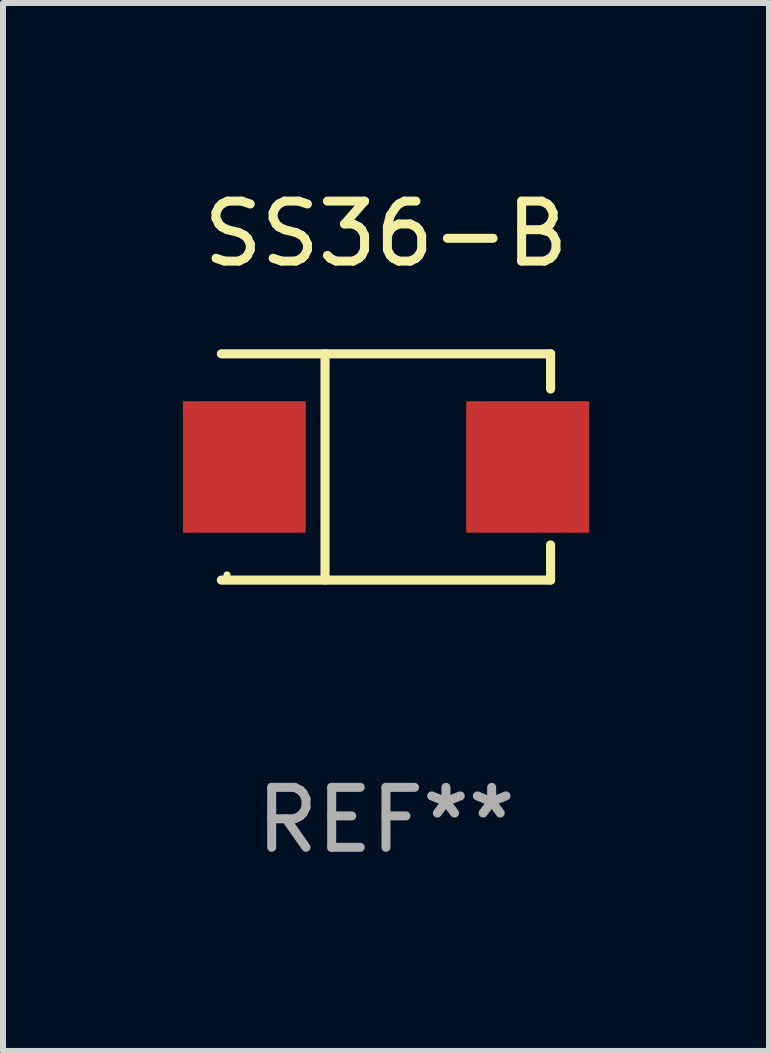
<source format=kicad_pcb>
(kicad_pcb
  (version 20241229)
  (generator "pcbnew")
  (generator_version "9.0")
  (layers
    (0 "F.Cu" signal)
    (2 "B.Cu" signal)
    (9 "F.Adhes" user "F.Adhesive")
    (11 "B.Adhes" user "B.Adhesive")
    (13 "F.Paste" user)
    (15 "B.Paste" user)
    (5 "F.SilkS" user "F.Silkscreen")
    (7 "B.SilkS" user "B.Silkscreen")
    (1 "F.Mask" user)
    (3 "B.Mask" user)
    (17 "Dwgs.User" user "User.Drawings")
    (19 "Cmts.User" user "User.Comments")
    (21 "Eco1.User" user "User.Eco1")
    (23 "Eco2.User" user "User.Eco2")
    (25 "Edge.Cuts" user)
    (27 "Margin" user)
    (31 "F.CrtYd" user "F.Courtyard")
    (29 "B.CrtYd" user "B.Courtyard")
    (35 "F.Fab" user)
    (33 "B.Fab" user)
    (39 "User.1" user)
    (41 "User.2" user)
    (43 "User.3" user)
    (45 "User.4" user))
  (footprint "SS36-B"
    (layer "F.Cu")
    (at 3.384 4.734)
    (property "Reference" "SS36-B" (at 0 -3.886 0) (layer "F.SilkS") (effects (font (size 1 1) (thickness 0.15))))
    (attr through_hole)
    (fp_line (start -2.744 -1.886) (end 2.744 -1.886) (stroke (width 0.152) (type solid)) (layer "F.SilkS"))
    (fp_line (start -2.744 1.886) (end 2.744 1.886) (stroke (width 0.152) (type solid)) (layer "F.SilkS"))
    (fp_line (start -1.016 -1.886) (end -1.016 1.886) (stroke (width 0.152) (type solid)) (layer "F.SilkS"))
    (fp_line (start 2.744 -1.886) (end 2.744 -1.299) (stroke (width 0.152) (type solid)) (layer "F.SilkS"))
    (fp_line (start 2.744 1.886) (end 2.744 1.299) (stroke (width 0.152) (type solid)) (layer "F.SilkS"))
    (fp_circle (center -2.65 1.8) (end -2.62 1.8) (stroke (width 0.06) (type solid)) (fill no) (layer "F.SilkS"))
    (fp_text user "REF**" (at 0 5.886 0) (layer "F.Fab") (effects (font (size 1 1) (thickness 0.15))))
    (pad "1" smd rect (at -2.361 0) (size 2.047 2.192) (layers "F.Cu" "F.Mask" "F.Paste"))
    (pad "2" smd rect (at 2.361 0) (size 2.047 2.192) (layers "F.Cu" "F.Mask" "F.Paste")))
  (gr_rect
    (start -3 -3)
    (end 9.769 14.469)
    (stroke (width 0.1) (type default))
    (fill no)
    (layer "Edge.Cuts")))
</source>
